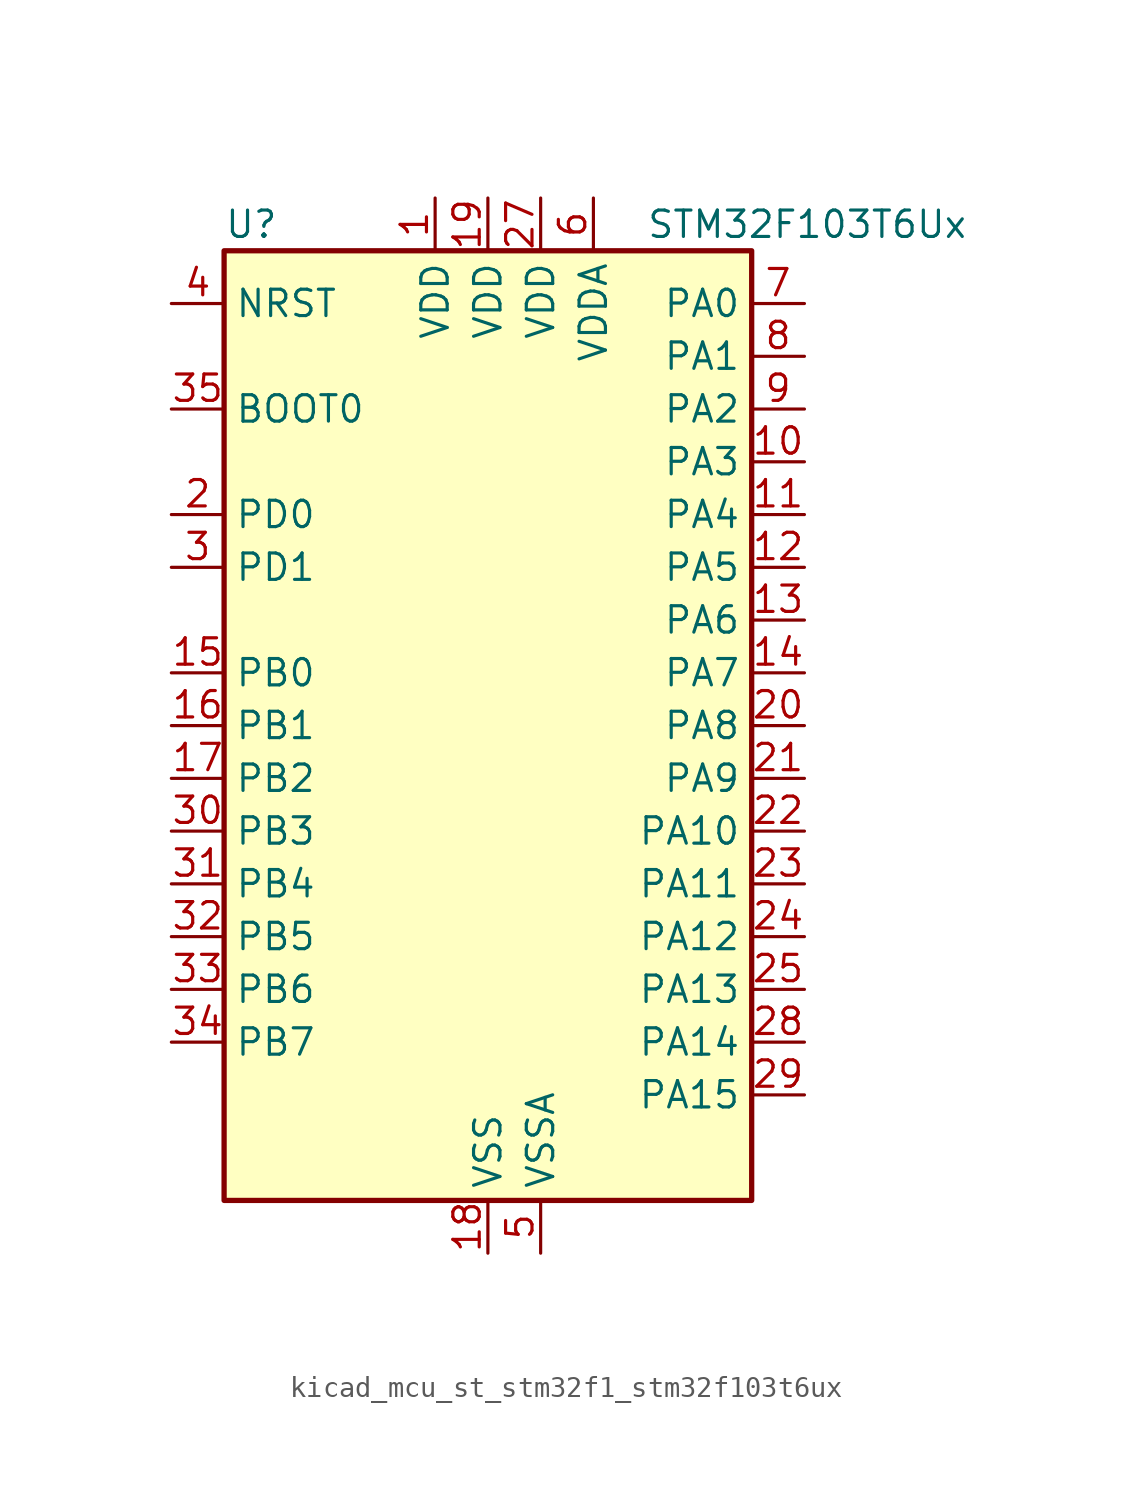
<source format=kicad_sym>
(kicad_symbol_lib
  (version 20220914)
  (generator kicad_symbol_editor)
  (symbol "kicad_mcu_st_stm32f1_stm32f103t6ux"
    (property "Reference" "U"
      (at -12.7 24.13 0)
      (effects (font (size 1.27 1.27)) (justify left)))
    (property "Value" "STM32F103T6Ux"
      (at 7.62 24.13 0)
      (effects (font (size 1.27 1.27)) (justify left)))
    (property "ki_locked" ""
      (at 0 0 0)
      (effects (font (size 1.27 1.27))))
    (symbol "kicad_mcu_st_stm32f1_stm32f103t6ux_0_1"
      (rectangle (start -12.7 -22.86) (end 12.7 22.86) (stroke (width 0.254) (type default)) (fill (type background))))
    (symbol "kicad_mcu_st_stm32f1_stm32f103t6ux_1_1"
      (pin power_in line (at -2.54 25.4 270) (length 2.54) (name "VDD" (effects (font (size 1.27 1.27)))) (number "1" (effects (font (size 1.27 1.27)))))
      (pin bidirectional line (at 15.24 12.7 180) (length 2.54) (name "PA3" (effects (font (size 1.27 1.27)))) (number "10" (effects (font (size 1.27 1.27)))) (alternate "ADC1_IN3" bidirectional line) (alternate "ADC2_IN3" bidirectional line) (alternate "TIM2_CH4" bidirectional line) (alternate "USART2_RX" bidirectional line))
      (pin bidirectional line (at 15.24 10.16 180) (length 2.54) (name "PA4" (effects (font (size 1.27 1.27)))) (number "11" (effects (font (size 1.27 1.27)))) (alternate "ADC1_IN4" bidirectional line) (alternate "ADC2_IN4" bidirectional line) (alternate "SPI1_NSS" bidirectional line) (alternate "USART2_CK" bidirectional line))
      (pin bidirectional line (at 15.24 7.62 180) (length 2.54) (name "PA5" (effects (font (size 1.27 1.27)))) (number "12" (effects (font (size 1.27 1.27)))) (alternate "ADC1_IN5" bidirectional line) (alternate "ADC2_IN5" bidirectional line) (alternate "SPI1_SCK" bidirectional line))
      (pin bidirectional line (at 15.24 5.08 180) (length 2.54) (name "PA6" (effects (font (size 1.27 1.27)))) (number "13" (effects (font (size 1.27 1.27)))) (alternate "ADC1_IN6" bidirectional line) (alternate "ADC2_IN6" bidirectional line) (alternate "SPI1_MISO" bidirectional line) (alternate "TIM1_BKIN" bidirectional line) (alternate "TIM3_CH1" bidirectional line))
      (pin bidirectional line (at 15.24 2.54 180) (length 2.54) (name "PA7" (effects (font (size 1.27 1.27)))) (number "14" (effects (font (size 1.27 1.27)))) (alternate "ADC1_IN7" bidirectional line) (alternate "ADC2_IN7" bidirectional line) (alternate "SPI1_MOSI" bidirectional line) (alternate "TIM1_CH1N" bidirectional line) (alternate "TIM3_CH2" bidirectional line))
      (pin bidirectional line (at -15.24 2.54 0) (length 2.54) (name "PB0" (effects (font (size 1.27 1.27)))) (number "15" (effects (font (size 1.27 1.27)))) (alternate "ADC1_IN8" bidirectional line) (alternate "ADC2_IN8" bidirectional line) (alternate "TIM1_CH2N" bidirectional line) (alternate "TIM3_CH3" bidirectional line))
      (pin bidirectional line (at -15.24 0 0) (length 2.54) (name "PB1" (effects (font (size 1.27 1.27)))) (number "16" (effects (font (size 1.27 1.27)))) (alternate "ADC1_IN9" bidirectional line) (alternate "ADC2_IN9" bidirectional line) (alternate "TIM1_CH3N" bidirectional line) (alternate "TIM3_CH4" bidirectional line))
      (pin bidirectional line (at -15.24 -2.54 0) (length 2.54) (name "PB2" (effects (font (size 1.27 1.27)))) (number "17" (effects (font (size 1.27 1.27)))))
      (pin power_in line (at 0 -25.4 90) (length 2.54) (name "VSS" (effects (font (size 1.27 1.27)))) (number "18" (effects (font (size 1.27 1.27)))))
      (pin power_in line (at 0 25.4 270) (length 2.54) (name "VDD" (effects (font (size 1.27 1.27)))) (number "19" (effects (font (size 1.27 1.27)))))
      (pin bidirectional line (at -15.24 10.16 0) (length 2.54) (name "PD0" (effects (font (size 1.27 1.27)))) (number "2" (effects (font (size 1.27 1.27)))) (alternate "RCC_OSC_IN" bidirectional line))
      (pin bidirectional line (at 15.24 0 180) (length 2.54) (name "PA8" (effects (font (size 1.27 1.27)))) (number "20" (effects (font (size 1.27 1.27)))) (alternate "RCC_MCO" bidirectional line) (alternate "TIM1_CH1" bidirectional line) (alternate "USART1_CK" bidirectional line))
      (pin bidirectional line (at 15.24 -2.54 180) (length 2.54) (name "PA9" (effects (font (size 1.27 1.27)))) (number "21" (effects (font (size 1.27 1.27)))) (alternate "TIM1_CH2" bidirectional line) (alternate "USART1_TX" bidirectional line))
      (pin bidirectional line (at 15.24 -5.08 180) (length 2.54) (name "PA10" (effects (font (size 1.27 1.27)))) (number "22" (effects (font (size 1.27 1.27)))) (alternate "TIM1_CH3" bidirectional line) (alternate "USART1_RX" bidirectional line))
      (pin bidirectional line (at 15.24 -7.62 180) (length 2.54) (name "PA11" (effects (font (size 1.27 1.27)))) (number "23" (effects (font (size 1.27 1.27)))) (alternate "ADC1_EXTI11" bidirectional line) (alternate "ADC2_EXTI11" bidirectional line) (alternate "CAN_RX" bidirectional line) (alternate "TIM1_CH4" bidirectional line) (alternate "USART1_CTS" bidirectional line) (alternate "USB_DM" bidirectional line))
      (pin bidirectional line (at 15.24 -10.16 180) (length 2.54) (name "PA12" (effects (font (size 1.27 1.27)))) (number "24" (effects (font (size 1.27 1.27)))) (alternate "CAN_TX" bidirectional line) (alternate "TIM1_ETR" bidirectional line) (alternate "USART1_RTS" bidirectional line) (alternate "USB_DP" bidirectional line))
      (pin bidirectional line (at 15.24 -12.7 180) (length 2.54) (name "PA13" (effects (font (size 1.27 1.27)))) (number "25" (effects (font (size 1.27 1.27)))) (alternate "SYS_JTMS-SWDIO" bidirectional line))
      (pin passive line (at 0 -25.4 90) (length 2.54) hide (name "VSS" (effects (font (size 1.27 1.27)))) (number "26" (effects (font (size 1.27 1.27)))))
      (pin power_in line (at 2.54 25.4 270) (length 2.54) (name "VDD" (effects (font (size 1.27 1.27)))) (number "27" (effects (font (size 1.27 1.27)))))
      (pin bidirectional line (at 15.24 -15.24 180) (length 2.54) (name "PA14" (effects (font (size 1.27 1.27)))) (number "28" (effects (font (size 1.27 1.27)))) (alternate "SYS_JTCK-SWCLK" bidirectional line))
      (pin bidirectional line (at 15.24 -17.78 180) (length 2.54) (name "PA15" (effects (font (size 1.27 1.27)))) (number "29" (effects (font (size 1.27 1.27)))) (alternate "ADC1_EXTI15" bidirectional line) (alternate "ADC2_EXTI15" bidirectional line) (alternate "SPI1_NSS" bidirectional line) (alternate "SYS_JTDI" bidirectional line) (alternate "TIM2_CH1" bidirectional line) (alternate "TIM2_ETR" bidirectional line))
      (pin bidirectional line (at -15.24 7.62 0) (length 2.54) (name "PD1" (effects (font (size 1.27 1.27)))) (number "3" (effects (font (size 1.27 1.27)))) (alternate "RCC_OSC_OUT" bidirectional line))
      (pin bidirectional line (at -15.24 -5.08 0) (length 2.54) (name "PB3" (effects (font (size 1.27 1.27)))) (number "30" (effects (font (size 1.27 1.27)))) (alternate "SPI1_SCK" bidirectional line) (alternate "SYS_JTDO-TRACESWO" bidirectional line) (alternate "TIM2_CH2" bidirectional line))
      (pin bidirectional line (at -15.24 -7.62 0) (length 2.54) (name "PB4" (effects (font (size 1.27 1.27)))) (number "31" (effects (font (size 1.27 1.27)))) (alternate "SPI1_MISO" bidirectional line) (alternate "SYS_NJTRST" bidirectional line) (alternate "TIM3_CH1" bidirectional line))
      (pin bidirectional line (at -15.24 -10.16 0) (length 2.54) (name "PB5" (effects (font (size 1.27 1.27)))) (number "32" (effects (font (size 1.27 1.27)))) (alternate "I2C1_SMBA" bidirectional line) (alternate "SPI1_MOSI" bidirectional line) (alternate "TIM3_CH2" bidirectional line))
      (pin bidirectional line (at -15.24 -12.7 0) (length 2.54) (name "PB6" (effects (font (size 1.27 1.27)))) (number "33" (effects (font (size 1.27 1.27)))) (alternate "I2C1_SCL" bidirectional line) (alternate "USART1_TX" bidirectional line))
      (pin bidirectional line (at -15.24 -15.24 0) (length 2.54) (name "PB7" (effects (font (size 1.27 1.27)))) (number "34" (effects (font (size 1.27 1.27)))) (alternate "I2C1_SDA" bidirectional line) (alternate "USART1_RX" bidirectional line))
      (pin input line (at -15.24 15.24 0) (length 2.54) (name "BOOT0" (effects (font (size 1.27 1.27)))) (number "35" (effects (font (size 1.27 1.27)))))
      (pin passive line (at 0 -25.4 90) (length 2.54) hide (name "VSS" (effects (font (size 1.27 1.27)))) (number "36" (effects (font (size 1.27 1.27)))))
      (pin passive line (at 0 -25.4 90) (length 2.54) hide (name "VSS" (effects (font (size 1.27 1.27)))) (number "37" (effects (font (size 1.27 1.27)))))
      (pin input line (at -15.24 20.32 0) (length 2.54) (name "NRST" (effects (font (size 1.27 1.27)))) (number "4" (effects (font (size 1.27 1.27)))))
      (pin power_in line (at 2.54 -25.4 90) (length 2.54) (name "VSSA" (effects (font (size 1.27 1.27)))) (number "5" (effects (font (size 1.27 1.27)))))
      (pin power_in line (at 5.08 25.4 270) (length 2.54) (name "VDDA" (effects (font (size 1.27 1.27)))) (number "6" (effects (font (size 1.27 1.27)))))
      (pin bidirectional line (at 15.24 20.32 180) (length 2.54) (name "PA0" (effects (font (size 1.27 1.27)))) (number "7" (effects (font (size 1.27 1.27)))) (alternate "ADC1_IN0" bidirectional line) (alternate "ADC2_IN0" bidirectional line) (alternate "SYS_WKUP" bidirectional line) (alternate "TIM2_CH1" bidirectional line) (alternate "TIM2_ETR" bidirectional line) (alternate "USART2_CTS" bidirectional line))
      (pin bidirectional line (at 15.24 17.78 180) (length 2.54) (name "PA1" (effects (font (size 1.27 1.27)))) (number "8" (effects (font (size 1.27 1.27)))) (alternate "ADC1_IN1" bidirectional line) (alternate "ADC2_IN1" bidirectional line) (alternate "TIM2_CH2" bidirectional line) (alternate "USART2_RTS" bidirectional line))
      (pin bidirectional line (at 15.24 15.24 180) (length 2.54) (name "PA2" (effects (font (size 1.27 1.27)))) (number "9" (effects (font (size 1.27 1.27)))) (alternate "ADC1_IN2" bidirectional line) (alternate "ADC2_IN2" bidirectional line) (alternate "TIM2_CH3" bidirectional line) (alternate "USART2_TX" bidirectional line)))))
</source>
